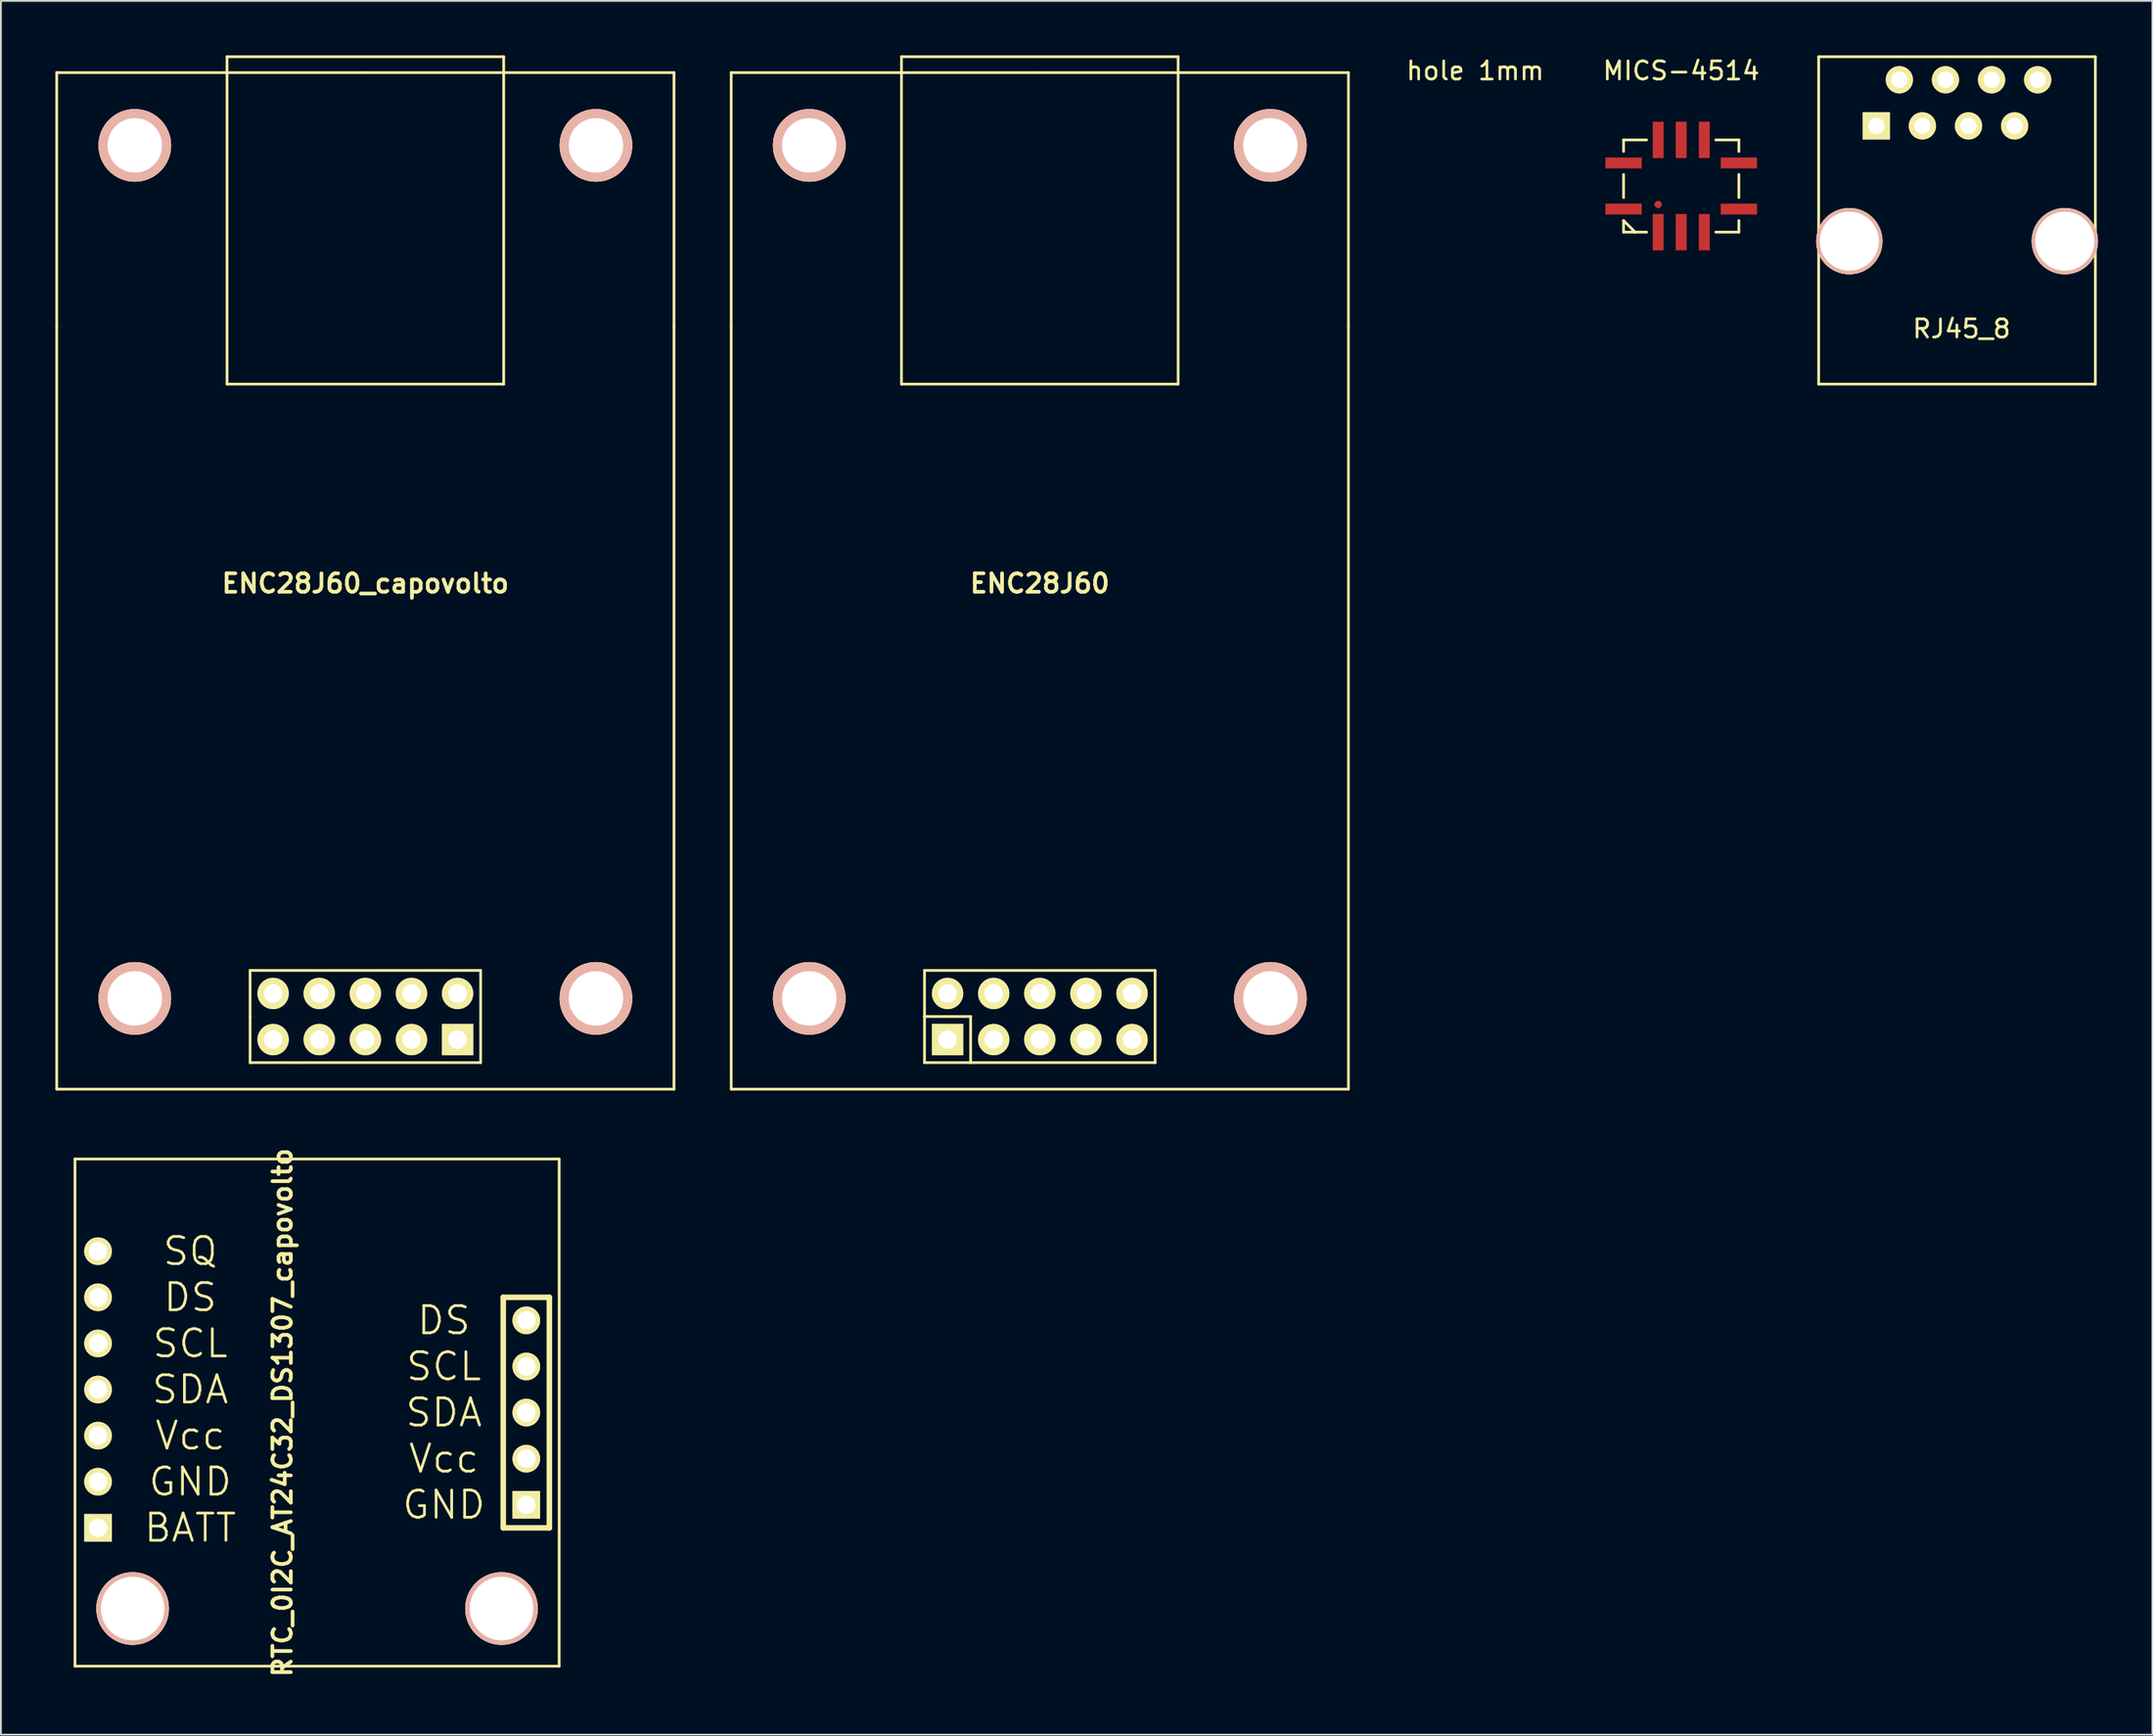
<source format=kicad_pcb>
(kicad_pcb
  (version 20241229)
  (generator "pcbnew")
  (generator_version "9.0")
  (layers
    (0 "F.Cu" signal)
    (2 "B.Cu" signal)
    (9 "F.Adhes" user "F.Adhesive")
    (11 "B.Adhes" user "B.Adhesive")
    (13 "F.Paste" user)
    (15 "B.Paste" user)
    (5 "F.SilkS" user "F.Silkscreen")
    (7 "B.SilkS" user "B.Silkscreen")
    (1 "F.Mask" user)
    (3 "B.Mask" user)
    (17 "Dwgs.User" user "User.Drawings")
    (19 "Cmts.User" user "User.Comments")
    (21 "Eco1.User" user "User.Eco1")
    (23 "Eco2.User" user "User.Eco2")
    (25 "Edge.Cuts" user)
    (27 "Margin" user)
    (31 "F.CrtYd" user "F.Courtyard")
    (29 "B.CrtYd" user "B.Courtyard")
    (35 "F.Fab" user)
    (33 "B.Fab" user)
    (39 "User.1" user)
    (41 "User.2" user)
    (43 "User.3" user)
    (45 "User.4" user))
  (footprint "RTC_0I2C_AT24C32_DS1307_capovolto"
    (layer "F.Cu")
    (at 0.25 88.736)
    (property "Reference" "RTC_0I2C_AT24C32_DS1307_capovolto" (at 12.26 -13.97 90) (layer "F.SilkS") (effects (font (size 1.016 1.016) (thickness 0.203))))
    (attr through_hole)
    (fp_line (start 0.83 -27.94) (end 27.5 -27.94) (stroke (width 0.15) (type solid)) (layer "F.SilkS"))
    (fp_line (start 0.83 0) (end 0.83 -27.94) (stroke (width 0.15) (type solid)) (layer "F.SilkS"))
    (fp_line (start 24.42 -7.62) (end 24.42 -20.32) (stroke (width 0.305) (type solid)) (layer "F.SilkS"))
    (fp_line (start 24.42 -7.62) (end 26.96 -7.62) (stroke (width 0.305) (type solid)) (layer "F.SilkS"))
    (fp_line (start 26.96 -20.32) (end 24.42 -20.32) (stroke (width 0.305) (type solid)) (layer "F.SilkS"))
    (fp_line (start 26.96 -20.32) (end 26.96 -7.62) (stroke (width 0.305) (type solid)) (layer "F.SilkS"))
    (fp_line (start 27.5 -27.94) (end 27.5 0) (stroke (width 0.15) (type solid)) (layer "F.SilkS"))
    (fp_line (start 27.5 0) (end 0.83 0) (stroke (width 0.15) (type solid)) (layer "F.SilkS"))
    (fp_text user "Vcc" (at 7.18 -12.7 0) (layer "F.SilkS") (effects (font (size 1.5 1.5) (thickness 0.15))))
    (fp_text user "DS" (at 21.15 -19.05 0) (layer "F.SilkS") (effects (font (size 1.5 1.5) (thickness 0.15))))
    (fp_text user "GND" (at 7.18 -10.16 0) (layer "F.SilkS") (effects (font (size 1.5 1.5) (thickness 0.15))))
    (fp_text user "SCL" (at 21.15 -16.51 0) (layer "F.SilkS") (effects (font (size 1.5 1.5) (thickness 0.15))))
    (fp_text user "DS" (at 7.18 -20.32 0) (layer "F.SilkS") (effects (font (size 1.5 1.5) (thickness 0.15))))
    (fp_text user "SCL" (at 7.18 -17.78 0) (layer "F.SilkS") (effects (font (size 1.5 1.5) (thickness 0.15))))
    (fp_text user "SQ" (at 7.18 -22.86 0) (layer "F.SilkS") (effects (font (size 1.5 1.5) (thickness 0.15))))
    (fp_text user "GND" (at 21.15 -8.89 0) (layer "F.SilkS") (effects (font (size 1.5 1.5) (thickness 0.15))))
    (fp_text user "BATT" (at 7.18 -7.62 0) (layer "F.SilkS") (effects (font (size 1.5 1.5) (thickness 0.15))))
    (fp_text user "SDA" (at 7.18 -15.24 0) (layer "F.SilkS") (effects (font (size 1.5 1.5) (thickness 0.15))))
    (fp_text user "Vcc" (at 21.15 -11.43 0) (layer "F.SilkS") (effects (font (size 1.5 1.5) (thickness 0.15))))
    (fp_text user "SDA" (at 21.15 -13.97 0) (layer "F.SilkS") (effects (font (size 1.5 1.5) (thickness 0.15))))
    (pad "" np_thru_hole circle (at 4.005 -3.175 90) (size 4 4) (drill 3.5) (layers "*.Cu" "*.SilkS" "*.Mask"))
    (pad "" np_thru_hole circle (at 24.325 -3.175 90) (size 4 4) (drill 3.5) (layers "*.Cu" "*.SilkS" "*.Mask"))
    (pad "1" thru_hole rect (at 25.69 -8.89 90) (size 1.524 1.524) (drill 1.016) (layers "*.Cu" "*.Mask" "F.SilkS"))
    (pad "2" thru_hole circle (at 25.69 -11.43 90) (size 1.524 1.524) (drill 1.016) (layers "*.Cu" "*.Mask" "F.SilkS"))
    (pad "3" thru_hole circle (at 25.69 -13.97 90) (size 1.524 1.524) (drill 1.016) (layers "*.Cu" "*.Mask" "F.SilkS"))
    (pad "4" thru_hole circle (at 25.69 -16.51 90) (size 1.524 1.524) (drill 1.016) (layers "*.Cu" "*.Mask" "F.SilkS"))
    (pad "5" thru_hole circle (at 25.69 -19.05 90) (size 1.524 1.524) (drill 1.016) (layers "*.Cu" "*.Mask" "F.SilkS"))
    (pad "6" thru_hole rect (at 2.1 -7.62 90) (size 1.524 1.524) (drill 1.016) (layers "*.Cu" "*.Mask" "F.SilkS"))
    (pad "7" thru_hole circle (at 2.1 -10.16 90) (size 1.524 1.524) (drill 1.016) (layers "*.Cu" "*.Mask" "F.SilkS"))
    (pad "8" thru_hole circle (at 2.1 -12.7 90) (size 1.524 1.524) (drill 1.016) (layers "*.Cu" "*.Mask" "F.SilkS"))
    (pad "9" thru_hole circle (at 2.1 -15.24 90) (size 1.524 1.524) (drill 1.016) (layers "*.Cu" "*.Mask" "F.SilkS"))
    (pad "10" thru_hole circle (at 2.1 -17.78 90) (size 1.524 1.524) (drill 1.016) (layers "*.Cu" "*.Mask" "F.SilkS"))
    (pad "11" thru_hole circle (at 2.1 -20.32 90) (size 1.524 1.524) (drill 1.016) (layers "*.Cu" "*.Mask" "F.SilkS"))
    (pad "12" thru_hole circle (at 2.1 -22.86 90) (size 1.524 1.524) (drill 1.016) (layers "*.Cu" "*.Mask" "F.SilkS")))
  (footprint "MICS-4514"
    (layer "F.Cu")
    (at 89.556 7.198)
    (property "Reference" "MICS-4514" (at 0 -6.35 0) (layer "F.SilkS") (effects (font (size 1 1) (thickness 0.15))))
    (attr through_hole)
    (fp_line (start -3.175 -2.54) (end -1.905 -2.54) (stroke (width 0.15) (type solid)) (layer "F.SilkS"))
    (fp_line (start -3.175 -1.905) (end -3.175 -2.54) (stroke (width 0.15) (type solid)) (layer "F.SilkS"))
    (fp_line (start -3.175 -0.635) (end -3.175 0.635) (stroke (width 0.15) (type solid)) (layer "F.SilkS"))
    (fp_line (start -3.175 1.905) (end -3.175 2.54) (stroke (width 0.15) (type solid)) (layer "F.SilkS"))
    (fp_line (start -3.175 1.905) (end -2.54 2.54) (stroke (width 0.15) (type solid)) (layer "F.SilkS"))
    (fp_line (start -3.175 2.54) (end -1.905 2.54) (stroke (width 0.15) (type solid)) (layer "F.SilkS"))
    (fp_line (start -2.54 2.54) (end -2.54 2.54) (stroke (width 0.15) (type solid)) (layer "F.SilkS"))
    (fp_line (start 1.905 -2.54) (end 3.175 -2.54) (stroke (width 0.15) (type solid)) (layer "F.SilkS"))
    (fp_line (start 3.175 -2.54) (end 3.175 -1.905) (stroke (width 0.15) (type solid)) (layer "F.SilkS"))
    (fp_line (start 3.175 -0.635) (end 3.175 0.635) (stroke (width 0.15) (type solid)) (layer "F.SilkS"))
    (fp_line (start 3.175 1.905) (end 3.175 2.54) (stroke (width 0.15) (type solid)) (layer "F.SilkS"))
    (fp_line (start 3.175 2.54) (end 1.905 2.54) (stroke (width 0.15) (type solid)) (layer "F.SilkS"))
    (pad "" smd circle (at -1.27 1.016 90) (size 0.4 0.4) (layers "F.Cu" "F.Mask" "F.Paste"))
    (pad "1" smd rect (at -1.27 2.54) (size 0.6 2) (layers "F.Cu" "F.Mask" "F.Paste"))
    (pad "2" smd rect (at 0 2.54) (size 0.6 2) (layers "F.Cu" "F.Mask" "F.Paste"))
    (pad "3" smd rect (at 1.27 2.54) (size 0.6 2) (layers "F.Cu" "F.Mask" "F.Paste"))
    (pad "4" smd rect (at 3.175 1.27 90) (size 0.6 2) (layers "F.Cu" "F.Mask" "F.Paste"))
    (pad "5" smd rect (at 3.175 -1.27 90) (size 0.6 2) (layers "F.Cu" "F.Mask" "F.Paste"))
    (pad "6" smd rect (at 1.27 -2.54) (size 0.6 2) (layers "F.Cu" "F.Mask" "F.Paste"))
    (pad "7" smd rect (at 0 -2.54) (size 0.6 2) (layers "F.Cu" "F.Mask" "F.Paste"))
    (pad "8" smd rect (at -1.27 -2.54) (size 0.6 2) (layers "F.Cu" "F.Mask" "F.Paste"))
    (pad "9" smd rect (at -3.175 -1.27 90) (size 0.6 2) (layers "F.Cu" "F.Mask" "F.Paste"))
    (pad "10" smd rect (at -3.175 1.27 90) (size 0.6 2) (layers "F.Cu" "F.Mask" "F.Paste")))
  (footprint "RJ45_8"
    (layer "F.Cu")
    (at 104.746 10.235)
    (property "Reference" "RJ45_8" (at 0.254 4.826 0) (layer "F.SilkS") (effects (font (size 1 1) (thickness 0.15))))
    (attr through_hole)
    (fp_line (start -7.62 -10.16) (end -7.62 7.874) (stroke (width 0.15) (type solid)) (layer "F.SilkS"))
    (fp_line (start -7.62 7.874) (end 7.62 7.874) (stroke (width 0.15) (type solid)) (layer "F.SilkS"))
    (fp_line (start 7.62 -10.16) (end -7.62 -10.16) (stroke (width 0.15) (type solid)) (layer "F.SilkS"))
    (fp_line (start 7.62 7.874) (end 7.62 -10.16) (stroke (width 0.15) (type solid)) (layer "F.SilkS"))
    (pad "" np_thru_hole circle (at -5.931 0) (size 3.65 3.65) (drill 3.251) (layers "*.Cu" "*.SilkS" "*.Mask"))
    (pad "" np_thru_hole circle (at 5.939 0) (size 3.65 3.65) (drill 3.251) (layers "*.Cu" "*.SilkS" "*.Mask"))
    (pad "1" thru_hole rect (at -4.445 -6.35) (size 1.501 1.501) (drill 0.899) (layers "*.Cu" "*.Mask" "F.SilkS"))
    (pad "2" thru_hole circle (at -3.175 -8.89) (size 1.501 1.501) (drill 0.899) (layers "*.Cu" "*.Mask" "F.SilkS"))
    (pad "3" thru_hole circle (at -1.905 -6.35) (size 1.501 1.501) (drill 0.899) (layers "*.Cu" "*.Mask" "F.SilkS"))
    (pad "4" thru_hole circle (at -0.635 -8.89) (size 1.501 1.501) (drill 0.899) (layers "*.Cu" "*.Mask" "F.SilkS"))
    (pad "5" thru_hole circle (at 0.635 -6.35) (size 1.501 1.501) (drill 0.899) (layers "*.Cu" "*.Mask" "F.SilkS"))
    (pad "6" thru_hole circle (at 1.905 -8.89) (size 1.501 1.501) (drill 0.899) (layers "*.Cu" "*.Mask" "F.SilkS"))
    (pad "7" thru_hole circle (at 3.175 -6.35) (size 1.501 1.501) (drill 0.899) (layers "*.Cu" "*.Mask" "F.SilkS"))
    (pad "8" thru_hole circle (at 4.445 -8.89) (size 1.501 1.501) (drill 0.899) (layers "*.Cu" "*.Mask" "F.SilkS")))
  (footprint "ENC28J60_capovolto"
    (layer "F.Cu")
    (at 17.075 51.949)
    (property "Reference" "ENC28J60_capovolto" (at 0 -22.86 0) (layer "F.SilkS") (effects (font (size 1.016 1.016) (thickness 0.203))))
    (attr through_hole)
    (fp_line (start -17 -51) (end -17 -37) (stroke (width 0.15) (type solid)) (layer "F.SilkS"))
    (fp_line (start -17 -37) (end -17 5) (stroke (width 0.15) (type solid)) (layer "F.SilkS"))
    (fp_line (start -17 5) (end 17 5) (stroke (width 0.15) (type solid)) (layer "F.SilkS"))
    (fp_line (start -7.62 -51.874) (end -7.62 -33.84) (stroke (width 0.15) (type solid)) (layer "F.SilkS"))
    (fp_line (start -7.62 -33.84) (end 7.62 -33.84) (stroke (width 0.15) (type solid)) (layer "F.SilkS"))
    (fp_line (start -6.35 -1.54) (end -6.35 1) (stroke (width 0.15) (type solid)) (layer "F.SilkS"))
    (fp_line (start -6.35 -1.54) (end 6.35 -1.54) (stroke (width 0.15) (type solid)) (layer "F.SilkS"))
    (fp_line (start -6.35 3.54) (end -6.35 1) (stroke (width 0.15) (type solid)) (layer "F.SilkS"))
    (fp_line (start -6.35 3.54) (end -3.81 3.54) (stroke (width 0.15) (type solid)) (layer "F.SilkS"))
    (fp_line (start 0 -51) (end -17 -51) (stroke (width 0.15) (type solid)) (layer "F.SilkS"))
    (fp_line (start 0 -51) (end 17 -51) (stroke (width 0.15) (type solid)) (layer "F.SilkS"))
    (fp_line (start 6.35 -1.54) (end 6.35 3.54) (stroke (width 0.15) (type solid)) (layer "F.SilkS"))
    (fp_line (start 6.35 3.54) (end -3.81 3.54) (stroke (width 0.15) (type solid)) (layer "F.SilkS"))
    (fp_line (start 7.62 -51.874) (end -7.62 -51.874) (stroke (width 0.15) (type solid)) (layer "F.SilkS"))
    (fp_line (start 7.62 -33.84) (end 7.62 -51.874) (stroke (width 0.15) (type solid)) (layer "F.SilkS"))
    (fp_line (start 17 -51) (end 17 -37) (stroke (width 0.15) (type solid)) (layer "F.SilkS"))
    (fp_line (start 17 5) (end 17 -37) (stroke (width 0.15) (type solid)) (layer "F.SilkS"))
    (pad "" np_thru_hole circle (at -12.7 -46.99) (size 4 4) (drill 3) (layers "*.Cu" "*.SilkS" "*.Mask"))
    (pad "" np_thru_hole circle (at -12.7 0) (size 4 4) (drill 3) (layers "*.Cu" "*.SilkS" "*.Mask"))
    (pad "" np_thru_hole circle (at 12.7 -46.99) (size 4 4) (drill 3) (layers "*.Cu" "*.SilkS" "*.Mask"))
    (pad "" np_thru_hole circle (at 12.7 0) (size 4 4) (drill 3) (layers "*.Cu" "*.SilkS" "*.Mask"))
    (pad "1" thru_hole rect (at 5.08 2.27) (size 1.727 1.727) (drill 1.016) (layers "*.Cu" "*.Mask" "F.SilkS"))
    (pad "2" thru_hole oval (at 5.08 -0.27) (size 1.727 1.727) (drill 1.016) (layers "*.Cu" "*.Mask" "F.SilkS"))
    (pad "3" thru_hole oval (at 2.54 2.27) (size 1.727 1.727) (drill 1.016) (layers "*.Cu" "*.Mask" "F.SilkS"))
    (pad "4" thru_hole oval (at 2.54 -0.27) (size 1.727 1.727) (drill 1.016) (layers "*.Cu" "*.Mask" "F.SilkS"))
    (pad "5" thru_hole oval (at 0 2.27) (size 1.727 1.727) (drill 1.016) (layers "*.Cu" "*.Mask" "F.SilkS"))
    (pad "6" thru_hole oval (at 0 -0.27) (size 1.727 1.727) (drill 1.016) (layers "*.Cu" "*.Mask" "F.SilkS"))
    (pad "7" thru_hole oval (at -2.54 2.27) (size 1.727 1.727) (drill 1.016) (layers "*.Cu" "*.Mask" "F.SilkS"))
    (pad "8" thru_hole oval (at -2.54 -0.27) (size 1.727 1.727) (drill 1.016) (layers "*.Cu" "*.Mask" "F.SilkS"))
    (pad "9" thru_hole circle (at -5.08 2.27) (size 1.727 1.727) (drill 1.016) (layers "*.Cu" "*.Mask" "F.SilkS"))
    (pad "10" thru_hole oval (at -5.08 -0.27) (size 1.727 1.727) (drill 1.016) (layers "*.Cu" "*.Mask" "F.SilkS")))
  (footprint "hole 1mm"
    (layer "F.Cu")
    (at 78.211 3.388)
    (property "Reference" "hole 1mm" (at 0 -2.54 0) (layer "F.SilkS") (effects (font (size 1 1) (thickness 0.15))))
    (attr through_hole)
    (fp_circle (center 0 0) (end 0.5 0) (stroke (width 0.15) (type solid)) (fill no) (layer "B.Adhes")))
  (footprint "ENC28J60"
    (layer "F.Cu")
    (at 54.225 51.949)
    (property "Reference" "ENC28J60" (at 0 -22.86 0) (layer "F.SilkS") (effects (font (size 1.016 1.016) (thickness 0.203))))
    (attr through_hole)
    (fp_line (start -17 -51) (end -17 -37) (stroke (width 0.15) (type solid)) (layer "F.SilkS"))
    (fp_line (start -17 -37) (end -17 5) (stroke (width 0.15) (type solid)) (layer "F.SilkS"))
    (fp_line (start -17 5) (end 17 5) (stroke (width 0.15) (type solid)) (layer "F.SilkS"))
    (fp_line (start -7.62 -51.874) (end -7.62 -33.84) (stroke (width 0.15) (type solid)) (layer "F.SilkS"))
    (fp_line (start -7.62 -33.84) (end 7.62 -33.84) (stroke (width 0.15) (type solid)) (layer "F.SilkS"))
    (fp_line (start -6.35 -1.54) (end -6.35 1) (stroke (width 0.15) (type solid)) (layer "F.SilkS"))
    (fp_line (start -6.35 -1.54) (end 6.35 -1.54) (stroke (width 0.15) (type solid)) (layer "F.SilkS"))
    (fp_line (start -6.35 1) (end -3.81 1) (stroke (width 0.15) (type solid)) (layer "F.SilkS"))
    (fp_line (start -6.35 3.54) (end -6.35 1) (stroke (width 0.15) (type solid)) (layer "F.SilkS"))
    (fp_line (start -6.35 3.54) (end -3.81 3.54) (stroke (width 0.15) (type solid)) (layer "F.SilkS"))
    (fp_line (start -3.81 1) (end -3.81 3.54) (stroke (width 0.15) (type solid)) (layer "F.SilkS"))
    (fp_line (start 0 -51) (end -17 -51) (stroke (width 0.15) (type solid)) (layer "F.SilkS"))
    (fp_line (start 0 -51) (end 17 -51) (stroke (width 0.15) (type solid)) (layer "F.SilkS"))
    (fp_line (start 6.35 -1.54) (end 6.35 3.54) (stroke (width 0.15) (type solid)) (layer "F.SilkS"))
    (fp_line (start 6.35 3.54) (end -3.81 3.54) (stroke (width 0.15) (type solid)) (layer "F.SilkS"))
    (fp_line (start 7.62 -51.874) (end -7.62 -51.874) (stroke (width 0.15) (type solid)) (layer "F.SilkS"))
    (fp_line (start 7.62 -33.84) (end 7.62 -51.874) (stroke (width 0.15) (type solid)) (layer "F.SilkS"))
    (fp_line (start 17 -51) (end 17 -37) (stroke (width 0.15) (type solid)) (layer "F.SilkS"))
    (fp_line (start 17 5) (end 17 -37) (stroke (width 0.15) (type solid)) (layer "F.SilkS"))
    (pad "" np_thru_hole circle (at -12.7 -46.99) (size 4 4) (drill 3) (layers "*.Cu" "*.SilkS" "*.Mask"))
    (pad "" np_thru_hole circle (at -12.7 0) (size 4 4) (drill 3) (layers "*.Cu" "*.SilkS" "*.Mask"))
    (pad "" np_thru_hole circle (at 12.7 -46.99) (size 4 4) (drill 3) (layers "*.Cu" "*.SilkS" "*.Mask"))
    (pad "" np_thru_hole circle (at 12.7 0) (size 4 4) (drill 3) (layers "*.Cu" "*.SilkS" "*.Mask"))
    (pad "1" thru_hole rect (at -5.08 2.27) (size 1.727 1.727) (drill 1.016) (layers "*.Cu" "*.Mask" "F.SilkS"))
    (pad "2" thru_hole oval (at -5.08 -0.27) (size 1.727 1.727) (drill 1.016) (layers "*.Cu" "*.Mask" "F.SilkS"))
    (pad "3" thru_hole oval (at -2.54 2.27) (size 1.727 1.727) (drill 1.016) (layers "*.Cu" "*.Mask" "F.SilkS"))
    (pad "4" thru_hole oval (at -2.54 -0.27) (size 1.727 1.727) (drill 1.016) (layers "*.Cu" "*.Mask" "F.SilkS"))
    (pad "5" thru_hole oval (at 0 2.27) (size 1.727 1.727) (drill 1.016) (layers "*.Cu" "*.Mask" "F.SilkS"))
    (pad "6" thru_hole oval (at 0 -0.27) (size 1.727 1.727) (drill 1.016) (layers "*.Cu" "*.Mask" "F.SilkS"))
    (pad "7" thru_hole oval (at 2.54 2.27) (size 1.727 1.727) (drill 1.016) (layers "*.Cu" "*.Mask" "F.SilkS"))
    (pad "8" thru_hole oval (at 2.54 -0.27) (size 1.727 1.727) (drill 1.016) (layers "*.Cu" "*.Mask" "F.SilkS"))
    (pad "9" thru_hole oval (at 5.08 2.27) (size 1.727 1.727) (drill 1.016) (layers "*.Cu" "*.Mask" "F.SilkS"))
    (pad "10" thru_hole oval (at 5.08 -0.27) (size 1.727 1.727) (drill 1.016) (layers "*.Cu" "*.Mask" "F.SilkS")))
  (gr_rect
    (start -3 -3)
    (end 115.51 92.507)
    (stroke (width 0.1) (type default))
    (fill no)
    (layer "Edge.Cuts")))
</source>
